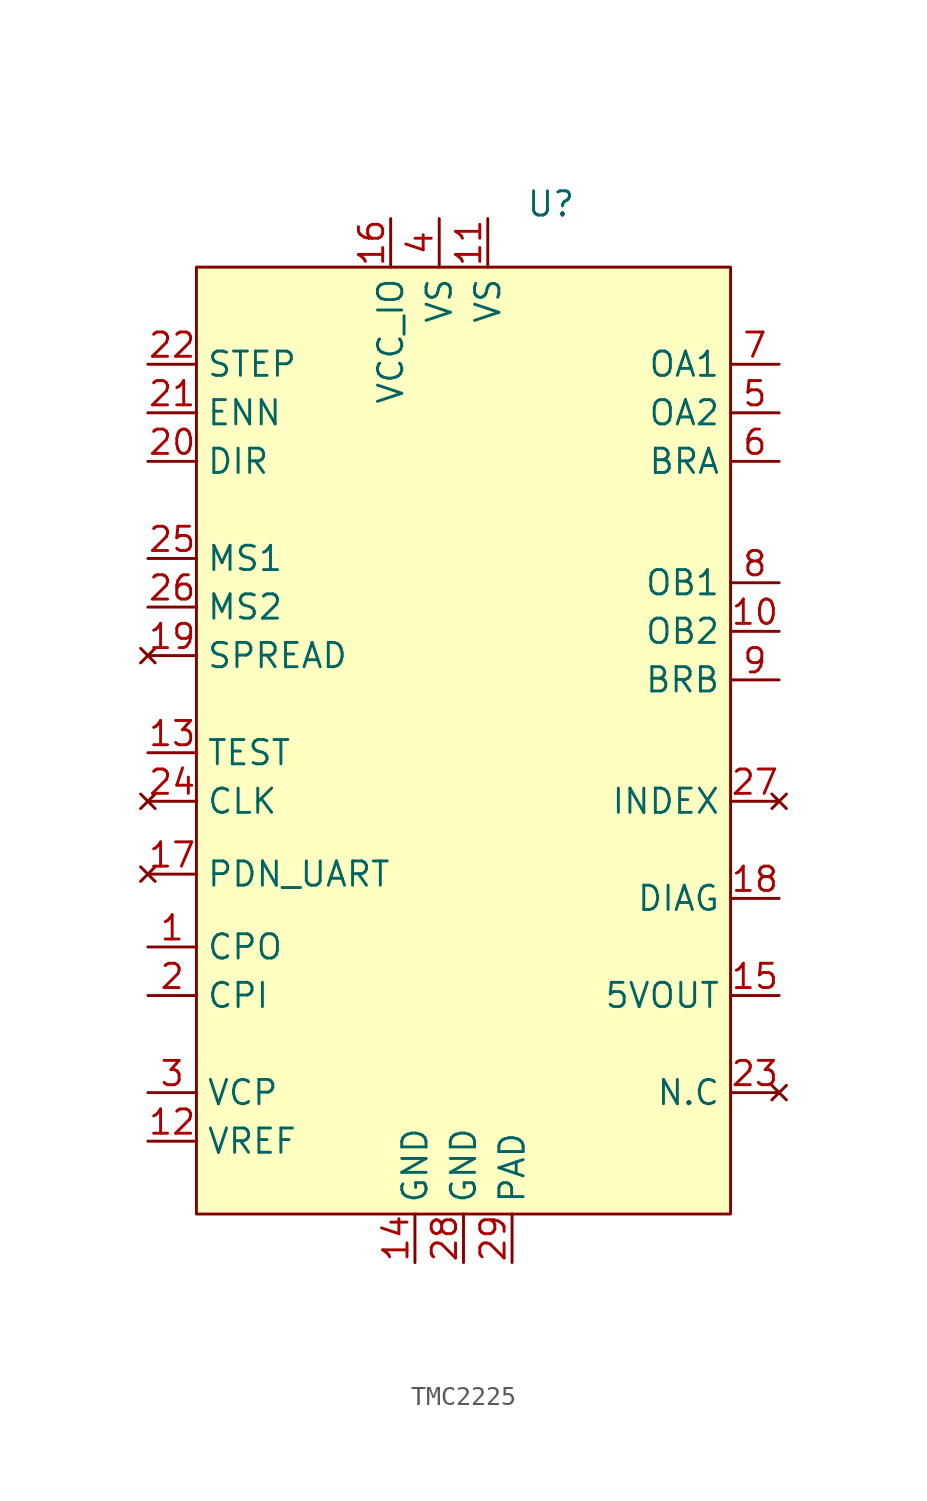
<source format=kicad_sym>
(kicad_symbol_lib
  (version 20241209)
  (generator "kicad_symbol_editor")
  (generator_version "9.0")
  (symbol "TMC2225"
    (property "Reference" "U"
      (at 13.462 45.212 0)
      (effects (font (size 1.27 1.27))))
    (property "Value" ""
      (at 0 0 0)
      (effects (font (size 1.27 1.27))))
    (symbol "TMC2225_1_1"
      (rectangle (start -5.08 41.91) (end 22.86 -7.62) (stroke (width 0) (type solid)) (fill (type color) (color 255 255 194 1)))
      (pin input line (at -7.62 36.83 0) (length 2.54) (name "STEP" (effects (font (size 1.27 1.27)))) (number "22" (effects (font (size 1.27 1.27)))))
      (pin input line (at -7.62 34.29 0) (length 2.54) (name "ENN" (effects (font (size 1.27 1.27)))) (number "21" (effects (font (size 1.27 1.27)))))
      (pin input line (at -7.62 31.75 0) (length 2.54) (name "DIR" (effects (font (size 1.27 1.27)))) (number "20" (effects (font (size 1.27 1.27)))))
      (pin input line (at -7.62 26.67 0) (length 2.54) (name "MS1" (effects (font (size 1.27 1.27)))) (number "25" (effects (font (size 1.27 1.27)))))
      (pin input line (at -7.62 24.13 0) (length 2.54) (name "MS2" (effects (font (size 1.27 1.27)))) (number "26" (effects (font (size 1.27 1.27)))))
      (pin no_connect line (at -7.62 21.59 0) (length 2.54) (name "SPREAD" (effects (font (size 1.27 1.27)))) (number "19" (effects (font (size 1.27 1.27)))))
      (pin input line (at -7.62 16.51 0) (length 2.54) (name "TEST" (effects (font (size 1.27 1.27)))) (number "13" (effects (font (size 1.27 1.27)))))
      (pin no_connect line (at -7.62 13.97 0) (length 2.54) (name "CLK" (effects (font (size 1.27 1.27)))) (number "24" (effects (font (size 1.27 1.27)))))
      (pin no_connect line (at -7.62 10.16 0) (length 2.54) (name "PDN_UART" (effects (font (size 1.27 1.27)))) (number "17" (effects (font (size 1.27 1.27)))))
      (pin passive line (at -7.62 6.35 0) (length 2.54) (name "CPO" (effects (font (size 1.27 1.27)))) (number "1" (effects (font (size 1.27 1.27)))))
      (pin passive line (at -7.62 3.81 0) (length 2.54) (name "CPI" (effects (font (size 1.27 1.27)))) (number "2" (effects (font (size 1.27 1.27)))))
      (pin passive line (at -7.62 -1.27 0) (length 2.54) (name "VCP" (effects (font (size 1.27 1.27)))) (number "3" (effects (font (size 1.27 1.27)))))
      (pin input line (at -7.62 -3.81 0) (length 2.54) (name "VREF" (effects (font (size 1.27 1.27)))) (number "12" (effects (font (size 1.27 1.27)))))
      (pin input line (at 5.08 44.45 270) (length 2.54) (name "VCC_IO" (effects (font (size 1.27 1.27)))) (number "16" (effects (font (size 1.27 1.27)))))
      (pin input line (at 6.35 -10.16 90) (length 2.54) (name "GND" (effects (font (size 1.27 1.27)))) (number "14" (effects (font (size 1.27 1.27)))))
      (pin input line (at 7.62 44.45 270) (length 2.54) (name "VS" (effects (font (size 1.27 1.27)))) (number "4" (effects (font (size 1.27 1.27)))))
      (pin input line (at 8.89 -10.16 90) (length 2.54) (name "GND" (effects (font (size 1.27 1.27)))) (number "28" (effects (font (size 1.27 1.27)))))
      (pin input line (at 10.16 44.45 270) (length 2.54) (name "VS" (effects (font (size 1.27 1.27)))) (number "11" (effects (font (size 1.27 1.27)))))
      (pin input line (at 11.43 -10.16 90) (length 2.54) (name "PAD" (effects (font (size 1.27 1.27)))) (number "29" (effects (font (size 1.27 1.27)))))
      (pin output line (at 25.4 36.83 180) (length 2.54) (name "OA1" (effects (font (size 1.27 1.27)))) (number "7" (effects (font (size 1.27 1.27)))))
      (pin output line (at 25.4 34.29 180) (length 2.54) (name "OA2" (effects (font (size 1.27 1.27)))) (number "5" (effects (font (size 1.27 1.27)))))
      (pin output line (at 25.4 31.75 180) (length 2.54) (name "BRA" (effects (font (size 1.27 1.27)))) (number "6" (effects (font (size 1.27 1.27)))))
      (pin output line (at 25.4 25.4 180) (length 2.54) (name "OB1" (effects (font (size 1.27 1.27)))) (number "8" (effects (font (size 1.27 1.27)))))
      (pin output line (at 25.4 22.86 180) (length 2.54) (name "OB2" (effects (font (size 1.27 1.27)))) (number "10" (effects (font (size 1.27 1.27)))))
      (pin output line (at 25.4 20.32 180) (length 2.54) (name "BRB" (effects (font (size 1.27 1.27)))) (number "9" (effects (font (size 1.27 1.27)))))
      (pin no_connect line (at 25.4 13.97 180) (length 2.54) (name "INDEX" (effects (font (size 1.27 1.27)))) (number "27" (effects (font (size 1.27 1.27)))))
      (pin output line (at 25.4 8.89 180) (length 2.54) (name "DIAG" (effects (font (size 1.27 1.27)))) (number "18" (effects (font (size 1.27 1.27)))))
      (pin passive line (at 25.4 3.81 180) (length 2.54) (name "5VOUT" (effects (font (size 1.27 1.27)))) (number "15" (effects (font (size 1.27 1.27)))))
      (pin no_connect line (at 25.4 -1.27 180) (length 2.54) (name "N.C" (effects (font (size 1.27 1.27)))) (number "23" (effects (font (size 1.27 1.27))))))))
</source>
